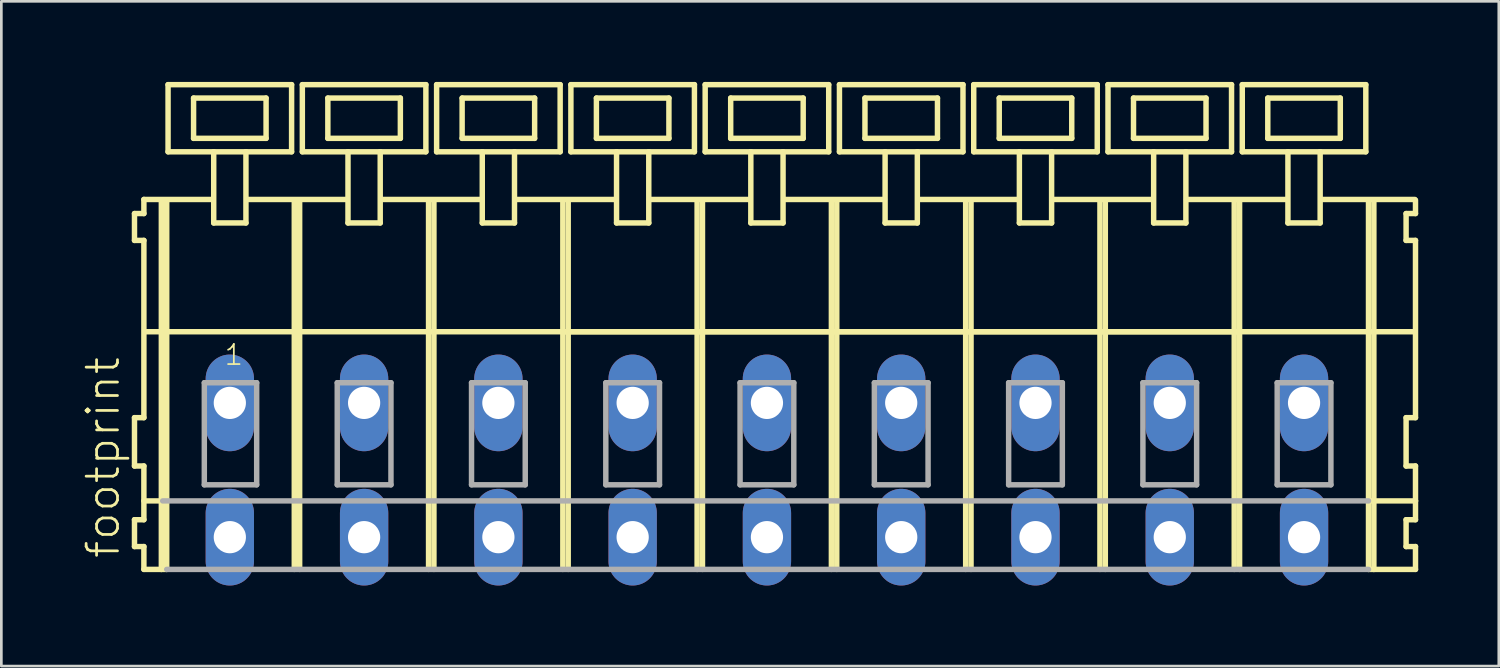
<source format=kicad_pcb>
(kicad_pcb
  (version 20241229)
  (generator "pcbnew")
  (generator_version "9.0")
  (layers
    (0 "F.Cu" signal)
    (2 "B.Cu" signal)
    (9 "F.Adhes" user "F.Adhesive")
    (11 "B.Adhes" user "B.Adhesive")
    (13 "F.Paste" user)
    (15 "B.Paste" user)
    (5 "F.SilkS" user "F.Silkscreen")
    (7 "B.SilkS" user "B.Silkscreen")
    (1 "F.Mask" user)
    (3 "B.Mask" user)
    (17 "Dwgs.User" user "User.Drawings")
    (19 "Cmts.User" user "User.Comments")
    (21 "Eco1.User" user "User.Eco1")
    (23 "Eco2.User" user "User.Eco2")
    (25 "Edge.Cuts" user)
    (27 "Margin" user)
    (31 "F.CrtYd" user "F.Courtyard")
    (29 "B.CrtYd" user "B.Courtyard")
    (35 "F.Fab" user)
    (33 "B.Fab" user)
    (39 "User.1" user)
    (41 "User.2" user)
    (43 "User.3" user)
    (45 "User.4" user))
  (footprint "footprint"
    (layer "F.Cu")
    (at 23.008 11.952)
    (property "Reference" "footprint" (at -21.535 5.855 90) (layer "F.SilkS") (effects (font (size 1.168 1.168) (thickness 0.102)) (justify left bottom)))
    (fp_line (start -21.05 -7.05) (end -21.05 -6.05) (stroke (width 0.203) (type solid)) (layer "F.SilkS"))
    (fp_line (start -21.05 -6.05) (end -20.7 -6.05) (stroke (width 0.203) (type solid)) (layer "F.SilkS"))
    (fp_line (start -21.05 0.55) (end -21.05 2.35) (stroke (width 0.203) (type solid)) (layer "F.SilkS"))
    (fp_line (start -21.05 2.35) (end -20.7 2.35) (stroke (width 0.203) (type solid)) (layer "F.SilkS"))
    (fp_line (start -21.05 4.35) (end -21.05 5.35) (stroke (width 0.203) (type solid)) (layer "F.SilkS"))
    (fp_line (start -21.05 5.35) (end -20.7 5.35) (stroke (width 0.203) (type solid)) (layer "F.SilkS"))
    (fp_line (start -20.7 -7.575) (end -20.7 -7.05) (stroke (width 0.203) (type solid)) (layer "F.SilkS"))
    (fp_line (start -20.7 -7.575) (end -18.125 -7.575) (stroke (width 0.203) (type solid)) (layer "F.SilkS"))
    (fp_line (start -20.7 -7.05) (end -21.05 -7.05) (stroke (width 0.203) (type solid)) (layer "F.SilkS"))
    (fp_line (start -20.7 -6.05) (end -20.7 0.55) (stroke (width 0.203) (type solid)) (layer "F.SilkS"))
    (fp_line (start -20.7 0.55) (end -21.05 0.55) (stroke (width 0.203) (type solid)) (layer "F.SilkS"))
    (fp_line (start -20.7 2.35) (end -20.7 4.35) (stroke (width 0.203) (type solid)) (layer "F.SilkS"))
    (fp_line (start -20.7 3.65) (end -20 3.65) (stroke (width 0.203) (type solid)) (layer "F.SilkS"))
    (fp_line (start -20.7 4.35) (end -21.05 4.35) (stroke (width 0.203) (type solid)) (layer "F.SilkS"))
    (fp_line (start -20.7 5.35) (end -20.7 6.2) (stroke (width 0.203) (type solid)) (layer "F.SilkS"))
    (fp_line (start -20.7 6.2) (end -20.05 6.2) (stroke (width 0.203) (type solid)) (layer "F.SilkS"))
    (fp_line (start -20.65 -2.65) (end -15.1 -2.65) (stroke (width 0.203) (type solid)) (layer "F.SilkS"))
    (fp_line (start -20.05 -7.55) (end -20.05 6.2) (stroke (width 0.203) (type solid)) (layer "F.SilkS"))
    (fp_line (start -20.05 6.2) (end -19.85 6.2) (stroke (width 0.203) (type solid)) (layer "F.SilkS"))
    (fp_line (start -19.85 -7.55) (end -19.85 6.2) (stroke (width 0.203) (type solid)) (layer "F.SilkS"))
    (fp_line (start -19.8 -11.85) (end -19.8 -9.35) (stroke (width 0.203) (type solid)) (layer "F.SilkS"))
    (fp_line (start -19.8 -9.35) (end -18.1 -9.35) (stroke (width 0.203) (type solid)) (layer "F.SilkS"))
    (fp_line (start -18.85 -11.35) (end -18.85 -9.85) (stroke (width 0.203) (type solid)) (layer "F.SilkS"))
    (fp_line (start -18.85 -9.85) (end -16.15 -9.85) (stroke (width 0.203) (type solid)) (layer "F.SilkS"))
    (fp_line (start -18.1 -9.35) (end -18.1 -6.7) (stroke (width 0.203) (type solid)) (layer "F.SilkS"))
    (fp_line (start -18.1 -9.35) (end -16.9 -9.35) (stroke (width 0.203) (type solid)) (layer "F.SilkS"))
    (fp_line (start -18.1 -6.7) (end -16.9 -6.7) (stroke (width 0.203) (type solid)) (layer "F.SilkS"))
    (fp_line (start -16.9 -9.35) (end -15.2 -9.35) (stroke (width 0.203) (type solid)) (layer "F.SilkS"))
    (fp_line (start -16.9 -6.7) (end -16.9 -9.35) (stroke (width 0.203) (type solid)) (layer "F.SilkS"))
    (fp_line (start -16.825 -7.575) (end -13.125 -7.575) (stroke (width 0.203) (type solid)) (layer "F.SilkS"))
    (fp_line (start -16.15 -11.35) (end -18.85 -11.35) (stroke (width 0.203) (type solid)) (layer "F.SilkS"))
    (fp_line (start -16.15 -9.85) (end -16.15 -11.35) (stroke (width 0.203) (type solid)) (layer "F.SilkS"))
    (fp_line (start -15.2 -11.85) (end -19.8 -11.85) (stroke (width 0.203) (type solid)) (layer "F.SilkS"))
    (fp_line (start -15.2 -9.35) (end -15.2 -11.85) (stroke (width 0.203) (type solid)) (layer "F.SilkS"))
    (fp_line (start -15.1 -7.55) (end -15.1 -2.65) (stroke (width 0.203) (type solid)) (layer "F.SilkS"))
    (fp_line (start -15.1 -2.65) (end -15.1 6.2) (stroke (width 0.203) (type solid)) (layer "F.SilkS"))
    (fp_line (start -14.9 -7.55) (end -14.9 -2.65) (stroke (width 0.203) (type solid)) (layer "F.SilkS"))
    (fp_line (start -14.9 -2.65) (end -14.9 6.2) (stroke (width 0.203) (type solid)) (layer "F.SilkS"))
    (fp_line (start -14.9 -2.65) (end -10.1 -2.65) (stroke (width 0.203) (type solid)) (layer "F.SilkS"))
    (fp_line (start -14.8 -11.85) (end -14.8 -9.35) (stroke (width 0.203) (type solid)) (layer "F.SilkS"))
    (fp_line (start -14.8 -9.35) (end -13.1 -9.35) (stroke (width 0.203) (type solid)) (layer "F.SilkS"))
    (fp_line (start -13.85 -11.35) (end -13.85 -9.85) (stroke (width 0.203) (type solid)) (layer "F.SilkS"))
    (fp_line (start -13.85 -9.85) (end -11.15 -9.85) (stroke (width 0.203) (type solid)) (layer "F.SilkS"))
    (fp_line (start -13.1 -9.35) (end -13.1 -6.7) (stroke (width 0.203) (type solid)) (layer "F.SilkS"))
    (fp_line (start -13.1 -9.35) (end -11.9 -9.35) (stroke (width 0.203) (type solid)) (layer "F.SilkS"))
    (fp_line (start -13.1 -6.7) (end -11.9 -6.7) (stroke (width 0.203) (type solid)) (layer "F.SilkS"))
    (fp_line (start -11.9 -9.35) (end -10.2 -9.35) (stroke (width 0.203) (type solid)) (layer "F.SilkS"))
    (fp_line (start -11.9 -6.7) (end -11.9 -9.35) (stroke (width 0.203) (type solid)) (layer "F.SilkS"))
    (fp_line (start -11.875 -7.575) (end -8.125 -7.575) (stroke (width 0.203) (type solid)) (layer "F.SilkS"))
    (fp_line (start -11.15 -11.35) (end -13.85 -11.35) (stroke (width 0.203) (type solid)) (layer "F.SilkS"))
    (fp_line (start -11.15 -9.85) (end -11.15 -11.35) (stroke (width 0.203) (type solid)) (layer "F.SilkS"))
    (fp_line (start -10.2 -11.85) (end -14.8 -11.85) (stroke (width 0.203) (type solid)) (layer "F.SilkS"))
    (fp_line (start -10.2 -9.35) (end -10.2 -11.85) (stroke (width 0.203) (type solid)) (layer "F.SilkS"))
    (fp_line (start -10.1 -7.55) (end -10.1 -2.65) (stroke (width 0.203) (type solid)) (layer "F.SilkS"))
    (fp_line (start -10.1 -2.65) (end -10.1 6.2) (stroke (width 0.203) (type solid)) (layer "F.SilkS"))
    (fp_line (start -10.1 -2.65) (end -9.9 -2.65) (stroke (width 0.203) (type solid)) (layer "F.SilkS"))
    (fp_line (start -9.9 -7.55) (end -9.9 -2.65) (stroke (width 0.203) (type solid)) (layer "F.SilkS"))
    (fp_line (start -9.9 -2.65) (end -9.9 6.2) (stroke (width 0.203) (type solid)) (layer "F.SilkS"))
    (fp_line (start -9.9 -2.65) (end -5.1 -2.65) (stroke (width 0.203) (type solid)) (layer "F.SilkS"))
    (fp_line (start -9.8 -11.85) (end -9.8 -9.35) (stroke (width 0.203) (type solid)) (layer "F.SilkS"))
    (fp_line (start -9.8 -9.35) (end -8.1 -9.35) (stroke (width 0.203) (type solid)) (layer "F.SilkS"))
    (fp_line (start -8.85 -11.35) (end -8.85 -9.85) (stroke (width 0.203) (type solid)) (layer "F.SilkS"))
    (fp_line (start -8.85 -9.85) (end -6.15 -9.85) (stroke (width 0.203) (type solid)) (layer "F.SilkS"))
    (fp_line (start -8.1 -9.35) (end -8.1 -6.7) (stroke (width 0.203) (type solid)) (layer "F.SilkS"))
    (fp_line (start -8.1 -9.35) (end -6.9 -9.35) (stroke (width 0.203) (type solid)) (layer "F.SilkS"))
    (fp_line (start -8.1 -6.7) (end -6.9 -6.7) (stroke (width 0.203) (type solid)) (layer "F.SilkS"))
    (fp_line (start -6.9 -9.35) (end -5.2 -9.35) (stroke (width 0.203) (type solid)) (layer "F.SilkS"))
    (fp_line (start -6.9 -6.7) (end -6.9 -9.35) (stroke (width 0.203) (type solid)) (layer "F.SilkS"))
    (fp_line (start -6.875 -7.575) (end -3.125 -7.575) (stroke (width 0.203) (type solid)) (layer "F.SilkS"))
    (fp_line (start -6.15 -11.35) (end -8.85 -11.35) (stroke (width 0.203) (type solid)) (layer "F.SilkS"))
    (fp_line (start -6.15 -9.85) (end -6.15 -11.35) (stroke (width 0.203) (type solid)) (layer "F.SilkS"))
    (fp_line (start -5.2 -11.85) (end -9.8 -11.85) (stroke (width 0.203) (type solid)) (layer "F.SilkS"))
    (fp_line (start -5.2 -9.35) (end -5.2 -11.85) (stroke (width 0.203) (type solid)) (layer "F.SilkS"))
    (fp_line (start -5.1 -7.55) (end -5.1 -2.65) (stroke (width 0.203) (type solid)) (layer "F.SilkS"))
    (fp_line (start -5.1 -2.65) (end -5.1 6.2) (stroke (width 0.203) (type solid)) (layer "F.SilkS"))
    (fp_line (start -5.1 -2.65) (end -4.9 -2.65) (stroke (width 0.203) (type solid)) (layer "F.SilkS"))
    (fp_line (start -5.1 -2.65) (end 24.9 -2.65) (stroke (width 0.203) (type solid)) (layer "F.SilkS"))
    (fp_line (start -4.9 -7.55) (end -4.9 -2.65) (stroke (width 0.203) (type solid)) (layer "F.SilkS"))
    (fp_line (start -4.9 -2.65) (end -4.9 6.2) (stroke (width 0.203) (type solid)) (layer "F.SilkS"))
    (fp_line (start -4.9 -2.65) (end -0.1 -2.65) (stroke (width 0.203) (type solid)) (layer "F.SilkS"))
    (fp_line (start -4.8 -11.85) (end -4.8 -9.35) (stroke (width 0.203) (type solid)) (layer "F.SilkS"))
    (fp_line (start -4.8 -9.35) (end -3.1 -9.35) (stroke (width 0.203) (type solid)) (layer "F.SilkS"))
    (fp_line (start -3.85 -11.35) (end -3.85 -9.85) (stroke (width 0.203) (type solid)) (layer "F.SilkS"))
    (fp_line (start -3.85 -9.85) (end -1.15 -9.85) (stroke (width 0.203) (type solid)) (layer "F.SilkS"))
    (fp_line (start -3.1 -9.35) (end -3.1 -6.7) (stroke (width 0.203) (type solid)) (layer "F.SilkS"))
    (fp_line (start -3.1 -9.35) (end -1.9 -9.35) (stroke (width 0.203) (type solid)) (layer "F.SilkS"))
    (fp_line (start -3.1 -6.7) (end -1.9 -6.7) (stroke (width 0.203) (type solid)) (layer "F.SilkS"))
    (fp_line (start -1.9 -9.35) (end -0.2 -9.35) (stroke (width 0.203) (type solid)) (layer "F.SilkS"))
    (fp_line (start -1.9 -6.7) (end -1.9 -9.35) (stroke (width 0.203) (type solid)) (layer "F.SilkS"))
    (fp_line (start -1.875 -7.575) (end 1.875 -7.575) (stroke (width 0.203) (type solid)) (layer "F.SilkS"))
    (fp_line (start -1.15 -11.35) (end -3.85 -11.35) (stroke (width 0.203) (type solid)) (layer "F.SilkS"))
    (fp_line (start -1.15 -9.85) (end -1.15 -11.35) (stroke (width 0.203) (type solid)) (layer "F.SilkS"))
    (fp_line (start -0.2 -11.85) (end -4.8 -11.85) (stroke (width 0.203) (type solid)) (layer "F.SilkS"))
    (fp_line (start -0.2 -9.35) (end -0.2 -11.85) (stroke (width 0.203) (type solid)) (layer "F.SilkS"))
    (fp_line (start -0.1 -7.55) (end -0.1 -2.65) (stroke (width 0.203) (type solid)) (layer "F.SilkS"))
    (fp_line (start -0.1 -2.65) (end -0.1 6.2) (stroke (width 0.203) (type solid)) (layer "F.SilkS"))
    (fp_line (start -0.1 -2.65) (end 0.1 -2.65) (stroke (width 0.203) (type solid)) (layer "F.SilkS"))
    (fp_line (start 0.1 -7.55) (end 0.1 -2.65) (stroke (width 0.203) (type solid)) (layer "F.SilkS"))
    (fp_line (start 0.1 -2.65) (end 0.1 6.2) (stroke (width 0.203) (type solid)) (layer "F.SilkS"))
    (fp_line (start 0.1 -2.65) (end 4.9 -2.65) (stroke (width 0.203) (type solid)) (layer "F.SilkS"))
    (fp_line (start 0.2 -11.85) (end 0.2 -9.35) (stroke (width 0.203) (type solid)) (layer "F.SilkS"))
    (fp_line (start 0.2 -9.35) (end 1.9 -9.35) (stroke (width 0.203) (type solid)) (layer "F.SilkS"))
    (fp_line (start 1.15 -11.35) (end 1.15 -9.85) (stroke (width 0.203) (type solid)) (layer "F.SilkS"))
    (fp_line (start 1.15 -9.85) (end 3.85 -9.85) (stroke (width 0.203) (type solid)) (layer "F.SilkS"))
    (fp_line (start 1.9 -9.35) (end 1.9 -6.7) (stroke (width 0.203) (type solid)) (layer "F.SilkS"))
    (fp_line (start 1.9 -9.35) (end 3.1 -9.35) (stroke (width 0.203) (type solid)) (layer "F.SilkS"))
    (fp_line (start 1.9 -6.7) (end 3.1 -6.7) (stroke (width 0.203) (type solid)) (layer "F.SilkS"))
    (fp_line (start 3.1 -9.35) (end 4.8 -9.35) (stroke (width 0.203) (type solid)) (layer "F.SilkS"))
    (fp_line (start 3.1 -6.7) (end 3.1 -9.35) (stroke (width 0.203) (type solid)) (layer "F.SilkS"))
    (fp_line (start 3.125 -7.575) (end 6.875 -7.575) (stroke (width 0.203) (type solid)) (layer "F.SilkS"))
    (fp_line (start 3.85 -11.35) (end 1.15 -11.35) (stroke (width 0.203) (type solid)) (layer "F.SilkS"))
    (fp_line (start 3.85 -9.85) (end 3.85 -11.35) (stroke (width 0.203) (type solid)) (layer "F.SilkS"))
    (fp_line (start 4.8 -11.85) (end 0.2 -11.85) (stroke (width 0.203) (type solid)) (layer "F.SilkS"))
    (fp_line (start 4.8 -9.35) (end 4.8 -11.85) (stroke (width 0.203) (type solid)) (layer "F.SilkS"))
    (fp_line (start 4.9 -7.55) (end 4.9 -2.65) (stroke (width 0.203) (type solid)) (layer "F.SilkS"))
    (fp_line (start 4.9 -2.65) (end 4.9 6.2) (stroke (width 0.203) (type solid)) (layer "F.SilkS"))
    (fp_line (start 4.9 -2.65) (end 5.1 -2.65) (stroke (width 0.203) (type solid)) (layer "F.SilkS"))
    (fp_line (start 5.1 -7.55) (end 5.1 -2.65) (stroke (width 0.203) (type solid)) (layer "F.SilkS"))
    (fp_line (start 5.1 -2.65) (end 5.1 6.2) (stroke (width 0.203) (type solid)) (layer "F.SilkS"))
    (fp_line (start 5.1 -2.65) (end 9.9 -2.65) (stroke (width 0.203) (type solid)) (layer "F.SilkS"))
    (fp_line (start 5.2 -11.85) (end 5.2 -9.35) (stroke (width 0.203) (type solid)) (layer "F.SilkS"))
    (fp_line (start 5.2 -9.35) (end 6.9 -9.35) (stroke (width 0.203) (type solid)) (layer "F.SilkS"))
    (fp_line (start 6.15 -11.35) (end 6.15 -9.85) (stroke (width 0.203) (type solid)) (layer "F.SilkS"))
    (fp_line (start 6.15 -9.85) (end 8.85 -9.85) (stroke (width 0.203) (type solid)) (layer "F.SilkS"))
    (fp_line (start 6.9 -9.35) (end 6.9 -6.7) (stroke (width 0.203) (type solid)) (layer "F.SilkS"))
    (fp_line (start 6.9 -9.35) (end 8.1 -9.35) (stroke (width 0.203) (type solid)) (layer "F.SilkS"))
    (fp_line (start 6.9 -6.7) (end 8.1 -6.7) (stroke (width 0.203) (type solid)) (layer "F.SilkS"))
    (fp_line (start 8.1 -9.35) (end 9.8 -9.35) (stroke (width 0.203) (type solid)) (layer "F.SilkS"))
    (fp_line (start 8.1 -6.7) (end 8.1 -9.35) (stroke (width 0.203) (type solid)) (layer "F.SilkS"))
    (fp_line (start 8.125 -7.575) (end 11.875 -7.575) (stroke (width 0.203) (type solid)) (layer "F.SilkS"))
    (fp_line (start 8.85 -11.35) (end 6.15 -11.35) (stroke (width 0.203) (type solid)) (layer "F.SilkS"))
    (fp_line (start 8.85 -9.85) (end 8.85 -11.35) (stroke (width 0.203) (type solid)) (layer "F.SilkS"))
    (fp_line (start 9.8 -11.85) (end 5.2 -11.85) (stroke (width 0.203) (type solid)) (layer "F.SilkS"))
    (fp_line (start 9.8 -9.35) (end 9.8 -11.85) (stroke (width 0.203) (type solid)) (layer "F.SilkS"))
    (fp_line (start 9.9 -7.55) (end 9.9 -2.65) (stroke (width 0.203) (type solid)) (layer "F.SilkS"))
    (fp_line (start 9.9 -2.65) (end 9.9 6.2) (stroke (width 0.203) (type solid)) (layer "F.SilkS"))
    (fp_line (start 9.9 -2.65) (end 10.1 -2.65) (stroke (width 0.203) (type solid)) (layer "F.SilkS"))
    (fp_line (start 10.1 -7.55) (end 10.1 -2.65) (stroke (width 0.203) (type solid)) (layer "F.SilkS"))
    (fp_line (start 10.1 -2.65) (end 10.1 6.2) (stroke (width 0.203) (type solid)) (layer "F.SilkS"))
    (fp_line (start 10.1 -2.65) (end 14.9 -2.65) (stroke (width 0.203) (type solid)) (layer "F.SilkS"))
    (fp_line (start 10.2 -11.85) (end 10.2 -9.35) (stroke (width 0.203) (type solid)) (layer "F.SilkS"))
    (fp_line (start 10.2 -9.35) (end 11.9 -9.35) (stroke (width 0.203) (type solid)) (layer "F.SilkS"))
    (fp_line (start 11.15 -11.35) (end 11.15 -9.85) (stroke (width 0.203) (type solid)) (layer "F.SilkS"))
    (fp_line (start 11.15 -9.85) (end 13.85 -9.85) (stroke (width 0.203) (type solid)) (layer "F.SilkS"))
    (fp_line (start 11.9 -9.35) (end 11.9 -6.7) (stroke (width 0.203) (type solid)) (layer "F.SilkS"))
    (fp_line (start 11.9 -9.35) (end 13.1 -9.35) (stroke (width 0.203) (type solid)) (layer "F.SilkS"))
    (fp_line (start 11.9 -6.7) (end 13.1 -6.7) (stroke (width 0.203) (type solid)) (layer "F.SilkS"))
    (fp_line (start 13.1 -9.35) (end 14.8 -9.35) (stroke (width 0.203) (type solid)) (layer "F.SilkS"))
    (fp_line (start 13.1 -6.7) (end 13.1 -9.35) (stroke (width 0.203) (type solid)) (layer "F.SilkS"))
    (fp_line (start 13.125 -7.575) (end 16.875 -7.575) (stroke (width 0.203) (type solid)) (layer "F.SilkS"))
    (fp_line (start 13.85 -11.35) (end 11.15 -11.35) (stroke (width 0.203) (type solid)) (layer "F.SilkS"))
    (fp_line (start 13.85 -9.85) (end 13.85 -11.35) (stroke (width 0.203) (type solid)) (layer "F.SilkS"))
    (fp_line (start 14.8 -11.85) (end 10.2 -11.85) (stroke (width 0.203) (type solid)) (layer "F.SilkS"))
    (fp_line (start 14.8 -9.35) (end 14.8 -11.85) (stroke (width 0.203) (type solid)) (layer "F.SilkS"))
    (fp_line (start 14.9 -7.55) (end 14.9 -2.65) (stroke (width 0.203) (type solid)) (layer "F.SilkS"))
    (fp_line (start 14.9 -2.65) (end 14.9 6.2) (stroke (width 0.203) (type solid)) (layer "F.SilkS"))
    (fp_line (start 14.9 -2.65) (end 15.1 -2.65) (stroke (width 0.203) (type solid)) (layer "F.SilkS"))
    (fp_line (start 15.1 -7.55) (end 15.1 -2.65) (stroke (width 0.203) (type solid)) (layer "F.SilkS"))
    (fp_line (start 15.1 -2.65) (end 15.1 6.2) (stroke (width 0.203) (type solid)) (layer "F.SilkS"))
    (fp_line (start 15.1 -2.65) (end 19.9 -2.65) (stroke (width 0.203) (type solid)) (layer "F.SilkS"))
    (fp_line (start 15.2 -11.85) (end 15.2 -9.35) (stroke (width 0.203) (type solid)) (layer "F.SilkS"))
    (fp_line (start 15.2 -9.35) (end 16.9 -9.35) (stroke (width 0.203) (type solid)) (layer "F.SilkS"))
    (fp_line (start 16.15 -11.35) (end 16.15 -9.85) (stroke (width 0.203) (type solid)) (layer "F.SilkS"))
    (fp_line (start 16.15 -9.85) (end 18.85 -9.85) (stroke (width 0.203) (type solid)) (layer "F.SilkS"))
    (fp_line (start 16.9 -9.35) (end 16.9 -6.7) (stroke (width 0.203) (type solid)) (layer "F.SilkS"))
    (fp_line (start 16.9 -9.35) (end 18.1 -9.35) (stroke (width 0.203) (type solid)) (layer "F.SilkS"))
    (fp_line (start 16.9 -6.7) (end 18.1 -6.7) (stroke (width 0.203) (type solid)) (layer "F.SilkS"))
    (fp_line (start 18.1 -9.35) (end 19.8 -9.35) (stroke (width 0.203) (type solid)) (layer "F.SilkS"))
    (fp_line (start 18.1 -6.7) (end 18.1 -9.35) (stroke (width 0.203) (type solid)) (layer "F.SilkS"))
    (fp_line (start 18.125 -7.575) (end 21.875 -7.575) (stroke (width 0.203) (type solid)) (layer "F.SilkS"))
    (fp_line (start 18.85 -11.35) (end 16.15 -11.35) (stroke (width 0.203) (type solid)) (layer "F.SilkS"))
    (fp_line (start 18.85 -9.85) (end 18.85 -11.35) (stroke (width 0.203) (type solid)) (layer "F.SilkS"))
    (fp_line (start 19.8 -11.85) (end 15.2 -11.85) (stroke (width 0.203) (type solid)) (layer "F.SilkS"))
    (fp_line (start 19.8 -9.35) (end 19.8 -11.85) (stroke (width 0.203) (type solid)) (layer "F.SilkS"))
    (fp_line (start 19.9 -7.55) (end 19.9 -2.65) (stroke (width 0.203) (type solid)) (layer "F.SilkS"))
    (fp_line (start 19.9 -2.65) (end 19.9 6.2) (stroke (width 0.203) (type solid)) (layer "F.SilkS"))
    (fp_line (start 19.9 -2.65) (end 20.1 -2.65) (stroke (width 0.203) (type solid)) (layer "F.SilkS"))
    (fp_line (start 20.1 -7.55) (end 20.1 -2.65) (stroke (width 0.203) (type solid)) (layer "F.SilkS"))
    (fp_line (start 20.1 -2.65) (end 20.1 6.2) (stroke (width 0.203) (type solid)) (layer "F.SilkS"))
    (fp_line (start 20.2 -11.85) (end 20.2 -9.35) (stroke (width 0.203) (type solid)) (layer "F.SilkS"))
    (fp_line (start 20.2 -9.35) (end 21.9 -9.35) (stroke (width 0.203) (type solid)) (layer "F.SilkS"))
    (fp_line (start 21.15 -11.35) (end 21.15 -9.85) (stroke (width 0.203) (type solid)) (layer "F.SilkS"))
    (fp_line (start 21.15 -9.85) (end 23.85 -9.85) (stroke (width 0.203) (type solid)) (layer "F.SilkS"))
    (fp_line (start 21.9 -9.35) (end 21.9 -6.7) (stroke (width 0.203) (type solid)) (layer "F.SilkS"))
    (fp_line (start 21.9 -9.35) (end 23.1 -9.35) (stroke (width 0.203) (type solid)) (layer "F.SilkS"))
    (fp_line (start 21.9 -6.7) (end 23.1 -6.7) (stroke (width 0.203) (type solid)) (layer "F.SilkS"))
    (fp_line (start 23.1 -9.35) (end 24.8 -9.35) (stroke (width 0.203) (type solid)) (layer "F.SilkS"))
    (fp_line (start 23.1 -6.7) (end 23.1 -9.35) (stroke (width 0.203) (type solid)) (layer "F.SilkS"))
    (fp_line (start 23.125 -7.575) (end 26.625 -7.575) (stroke (width 0.203) (type solid)) (layer "F.SilkS"))
    (fp_line (start 23.85 -11.35) (end 21.15 -11.35) (stroke (width 0.203) (type solid)) (layer "F.SilkS"))
    (fp_line (start 23.85 -9.85) (end 23.85 -11.35) (stroke (width 0.203) (type solid)) (layer "F.SilkS"))
    (fp_line (start 24.8 -11.85) (end 20.2 -11.85) (stroke (width 0.203) (type solid)) (layer "F.SilkS"))
    (fp_line (start 24.8 -9.35) (end 24.8 -11.85) (stroke (width 0.203) (type solid)) (layer "F.SilkS"))
    (fp_line (start 24.9 -7.55) (end 24.9 -2.65) (stroke (width 0.203) (type solid)) (layer "F.SilkS"))
    (fp_line (start 24.9 -2.65) (end 24.9 6.2) (stroke (width 0.203) (type solid)) (layer "F.SilkS"))
    (fp_line (start 24.9 -2.65) (end 25.1 -2.65) (stroke (width 0.203) (type solid)) (layer "F.SilkS"))
    (fp_line (start 24.9 6.2) (end 25.1 6.2) (stroke (width 0.203) (type solid)) (layer "F.SilkS"))
    (fp_line (start 24.95 3.65) (end 26.65 3.65) (stroke (width 0.203) (type solid)) (layer "F.SilkS"))
    (fp_line (start 25.1 -7.55) (end 25.1 -2.65) (stroke (width 0.203) (type solid)) (layer "F.SilkS"))
    (fp_line (start 25.1 -2.65) (end 25.1 6.2) (stroke (width 0.203) (type solid)) (layer "F.SilkS"))
    (fp_line (start 25.1 -2.65) (end 26.6 -2.65) (stroke (width 0.203) (type solid)) (layer "F.SilkS"))
    (fp_line (start 25.1 6.2) (end 26.65 6.2) (stroke (width 0.203) (type solid)) (layer "F.SilkS"))
    (fp_line (start 26.3 -7.05) (end 26.3 -6.05) (stroke (width 0.203) (type solid)) (layer "F.SilkS"))
    (fp_line (start 26.3 -6.05) (end 26.65 -6.05) (stroke (width 0.203) (type solid)) (layer "F.SilkS"))
    (fp_line (start 26.3 0.55) (end 26.3 2.35) (stroke (width 0.203) (type solid)) (layer "F.SilkS"))
    (fp_line (start 26.3 2.35) (end 26.65 2.35) (stroke (width 0.203) (type solid)) (layer "F.SilkS"))
    (fp_line (start 26.3 4.35) (end 26.3 5.35) (stroke (width 0.203) (type solid)) (layer "F.SilkS"))
    (fp_line (start 26.3 5.35) (end 26.65 5.35) (stroke (width 0.203) (type solid)) (layer "F.SilkS"))
    (fp_line (start 26.65 -7.05) (end 26.3 -7.05) (stroke (width 0.203) (type solid)) (layer "F.SilkS"))
    (fp_line (start 26.65 -7.05) (end 26.65 -7.55) (stroke (width 0.203) (type solid)) (layer "F.SilkS"))
    (fp_line (start 26.65 0.55) (end 26.3 0.55) (stroke (width 0.203) (type solid)) (layer "F.SilkS"))
    (fp_line (start 26.65 0.55) (end 26.65 -6.05) (stroke (width 0.203) (type solid)) (layer "F.SilkS"))
    (fp_line (start 26.65 3.65) (end 26.65 2.35) (stroke (width 0.203) (type solid)) (layer "F.SilkS"))
    (fp_line (start 26.65 4.35) (end 26.3 4.35) (stroke (width 0.203) (type solid)) (layer "F.SilkS"))
    (fp_line (start 26.65 4.35) (end 26.65 3.65) (stroke (width 0.203) (type solid)) (layer "F.SilkS"))
    (fp_line (start 26.65 6.2) (end 26.65 5.35) (stroke (width 0.203) (type solid)) (layer "F.SilkS"))
    (fp_line (start -20 3.65) (end 24.9 3.65) (stroke (width 0.203) (type solid)) (layer "F.Fab"))
    (fp_line (start -19.85 6.2) (end 24.9 6.2) (stroke (width 0.203) (type solid)) (layer "F.Fab"))
    (fp_line (start -18.45 -0.75) (end -18.45 3.05) (stroke (width 0.203) (type solid)) (layer "F.Fab"))
    (fp_line (start -18.45 3.05) (end -16.5 3.05) (stroke (width 0.203) (type solid)) (layer "F.Fab"))
    (fp_line (start -16.5 -0.75) (end -18.45 -0.75) (stroke (width 0.203) (type solid)) (layer "F.Fab"))
    (fp_line (start -16.5 3.05) (end -16.5 -0.75) (stroke (width 0.203) (type solid)) (layer "F.Fab"))
    (fp_line (start -13.5 -0.75) (end -13.5 3.05) (stroke (width 0.203) (type solid)) (layer "F.Fab"))
    (fp_line (start -13.5 3.05) (end -11.5 3.05) (stroke (width 0.203) (type solid)) (layer "F.Fab"))
    (fp_line (start -11.5 -0.75) (end -13.5 -0.75) (stroke (width 0.203) (type solid)) (layer "F.Fab"))
    (fp_line (start -11.5 3.05) (end -11.5 -0.75) (stroke (width 0.203) (type solid)) (layer "F.Fab"))
    (fp_line (start -8.5 -0.75) (end -8.5 3.05) (stroke (width 0.203) (type solid)) (layer "F.Fab"))
    (fp_line (start -8.5 3.05) (end -6.5 3.05) (stroke (width 0.203) (type solid)) (layer "F.Fab"))
    (fp_line (start -6.5 -0.75) (end -8.5 -0.75) (stroke (width 0.203) (type solid)) (layer "F.Fab"))
    (fp_line (start -6.5 3.05) (end -6.5 -0.75) (stroke (width 0.203) (type solid)) (layer "F.Fab"))
    (fp_line (start -3.5 -0.75) (end -3.5 3.05) (stroke (width 0.203) (type solid)) (layer "F.Fab"))
    (fp_line (start -3.5 3.05) (end -1.5 3.05) (stroke (width 0.203) (type solid)) (layer "F.Fab"))
    (fp_line (start -1.5 -0.75) (end -3.5 -0.75) (stroke (width 0.203) (type solid)) (layer "F.Fab"))
    (fp_line (start -1.5 3.05) (end -1.5 -0.75) (stroke (width 0.203) (type solid)) (layer "F.Fab"))
    (fp_line (start 1.5 -0.75) (end 1.5 3.05) (stroke (width 0.203) (type solid)) (layer "F.Fab"))
    (fp_line (start 1.5 3.05) (end 3.5 3.05) (stroke (width 0.203) (type solid)) (layer "F.Fab"))
    (fp_line (start 3.5 -0.75) (end 1.5 -0.75) (stroke (width 0.203) (type solid)) (layer "F.Fab"))
    (fp_line (start 3.5 3.05) (end 3.5 -0.75) (stroke (width 0.203) (type solid)) (layer "F.Fab"))
    (fp_line (start 6.5 -0.75) (end 6.5 3.05) (stroke (width 0.203) (type solid)) (layer "F.Fab"))
    (fp_line (start 6.5 3.05) (end 8.5 3.05) (stroke (width 0.203) (type solid)) (layer "F.Fab"))
    (fp_line (start 8.5 -0.75) (end 6.5 -0.75) (stroke (width 0.203) (type solid)) (layer "F.Fab"))
    (fp_line (start 8.5 3.05) (end 8.5 -0.75) (stroke (width 0.203) (type solid)) (layer "F.Fab"))
    (fp_line (start 11.5 -0.75) (end 11.5 3.05) (stroke (width 0.203) (type solid)) (layer "F.Fab"))
    (fp_line (start 11.5 3.05) (end 13.5 3.05) (stroke (width 0.203) (type solid)) (layer "F.Fab"))
    (fp_line (start 13.5 -0.75) (end 11.5 -0.75) (stroke (width 0.203) (type solid)) (layer "F.Fab"))
    (fp_line (start 13.5 3.05) (end 13.5 -0.75) (stroke (width 0.203) (type solid)) (layer "F.Fab"))
    (fp_line (start 16.5 -0.75) (end 16.5 3.05) (stroke (width 0.203) (type solid)) (layer "F.Fab"))
    (fp_line (start 16.5 3.05) (end 18.5 3.05) (stroke (width 0.203) (type solid)) (layer "F.Fab"))
    (fp_line (start 18.5 -0.75) (end 16.5 -0.75) (stroke (width 0.203) (type solid)) (layer "F.Fab"))
    (fp_line (start 18.5 3.05) (end 18.5 -0.75) (stroke (width 0.203) (type solid)) (layer "F.Fab"))
    (fp_line (start 21.5 -0.75) (end 21.5 3.05) (stroke (width 0.203) (type solid)) (layer "F.Fab"))
    (fp_line (start 21.5 3.05) (end 23.5 3.05) (stroke (width 0.203) (type solid)) (layer "F.Fab"))
    (fp_line (start 23.5 -0.75) (end 21.5 -0.75) (stroke (width 0.203) (type solid)) (layer "F.Fab"))
    (fp_line (start 23.5 3.05) (end 23.5 -0.75) (stroke (width 0.203) (type solid)) (layer "F.Fab"))
    (fp_text user "1" (at -17.75 -1.35 0) (layer "F.SilkS") (effects (font (size 0.748 0.748) (thickness 0.065)) (justify left bottom)))
    (pad "A1" thru_hole oval (at -17.5 0 90) (size 3.6 1.8) (drill 1.2) (layers "*.Cu" "*.Mask"))
    (pad "A2" thru_hole oval (at -12.5 0 90) (size 3.6 1.8) (drill 1.2) (layers "*.Cu" "*.Mask"))
    (pad "A3" thru_hole oval (at -7.5 0 90) (size 3.6 1.8) (drill 1.2) (layers "*.Cu" "*.Mask"))
    (pad "A4" thru_hole oval (at -2.5 0 90) (size 3.6 1.8) (drill 1.2) (layers "*.Cu" "*.Mask"))
    (pad "A5" thru_hole oval (at 2.5 0 90) (size 3.6 1.8) (drill 1.2) (layers "*.Cu" "*.Mask"))
    (pad "A6" thru_hole oval (at 7.5 0 90) (size 3.6 1.8) (drill 1.2) (layers "*.Cu" "*.Mask"))
    (pad "A7" thru_hole oval (at 12.5 0 90) (size 3.6 1.8) (drill 1.2) (layers "*.Cu" "*.Mask"))
    (pad "A8" thru_hole oval (at 17.5 0 90) (size 3.6 1.8) (drill 1.2) (layers "*.Cu" "*.Mask"))
    (pad "A9" thru_hole oval (at 22.5 0 90) (size 3.6 1.8) (drill 1.2) (layers "*.Cu" "*.Mask"))
    (pad "B1" thru_hole oval (at -17.5 5 90) (size 3.6 1.8) (drill 1.2) (layers "*.Cu" "*.Mask"))
    (pad "B2" thru_hole oval (at -12.5 5 90) (size 3.6 1.8) (drill 1.2) (layers "*.Cu" "*.Mask"))
    (pad "B3" thru_hole oval (at -7.5 5 90) (size 3.6 1.8) (drill 1.2) (layers "*.Cu" "*.Mask"))
    (pad "B4" thru_hole oval (at -2.5 5 90) (size 3.6 1.8) (drill 1.2) (layers "*.Cu" "*.Mask"))
    (pad "B5" thru_hole oval (at 2.5 5 90) (size 3.6 1.8) (drill 1.2) (layers "*.Cu" "*.Mask"))
    (pad "B6" thru_hole oval (at 7.5 5 90) (size 3.6 1.8) (drill 1.2) (layers "*.Cu" "*.Mask"))
    (pad "B7" thru_hole oval (at 12.5 5 90) (size 3.6 1.8) (drill 1.2) (layers "*.Cu" "*.Mask"))
    (pad "B8" thru_hole oval (at 17.5 5 90) (size 3.6 1.8) (drill 1.2) (layers "*.Cu" "*.Mask"))
    (pad "B9" thru_hole oval (at 22.5 5 90) (size 3.6 1.8) (drill 1.2) (layers "*.Cu" "*.Mask")))
  (gr_rect
    (start -3 -3)
    (end 52.76 21.752)
    (stroke (width 0.1) (type default))
    (fill no)
    (layer "Edge.Cuts")))
</source>
